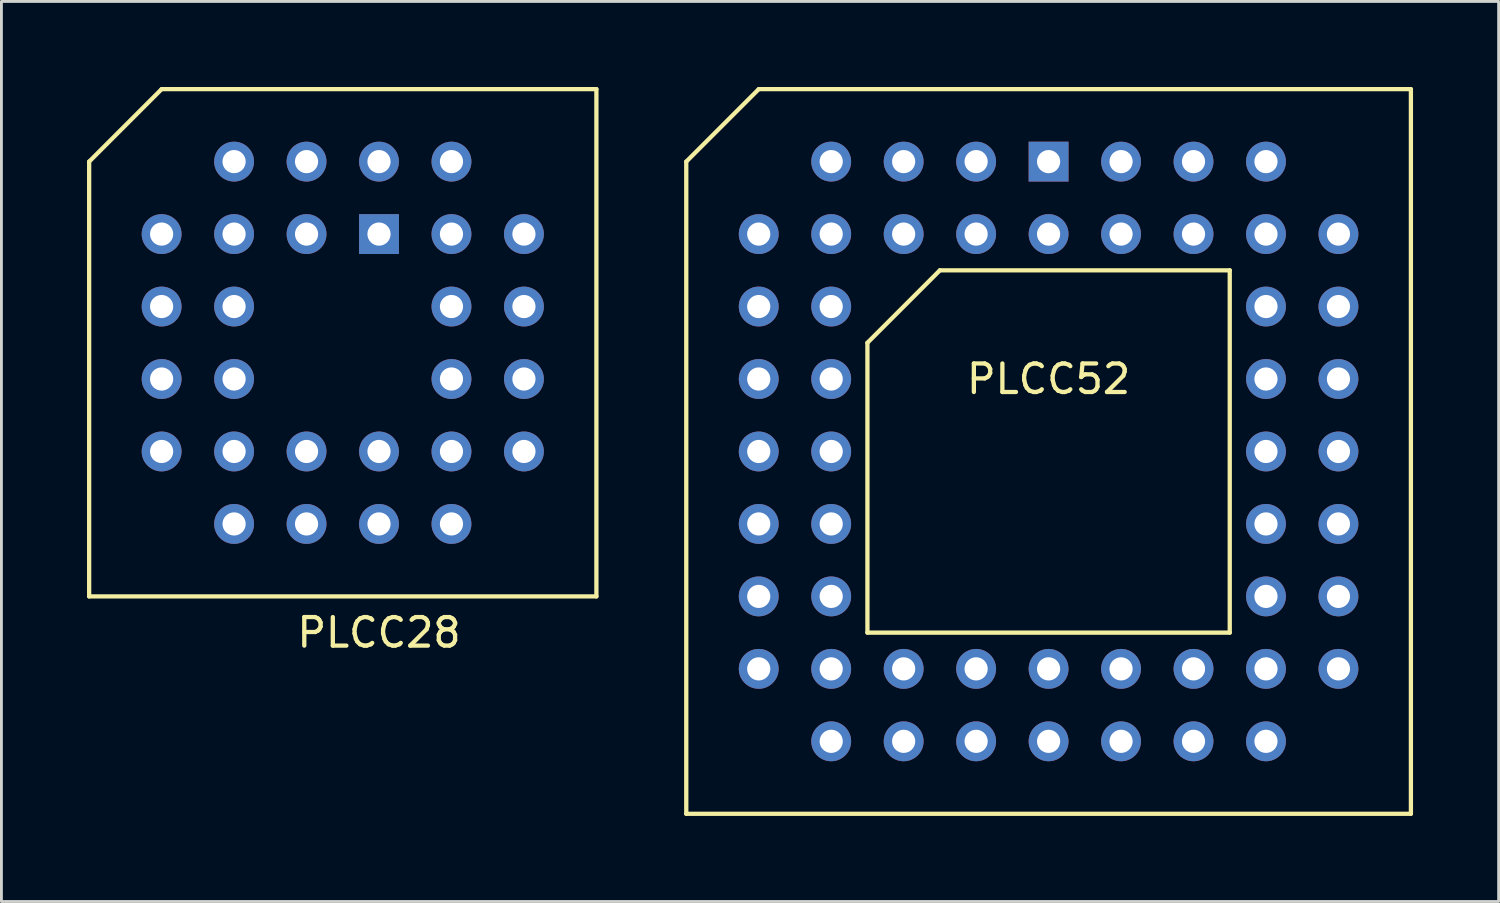
<source format=kicad_pcb>
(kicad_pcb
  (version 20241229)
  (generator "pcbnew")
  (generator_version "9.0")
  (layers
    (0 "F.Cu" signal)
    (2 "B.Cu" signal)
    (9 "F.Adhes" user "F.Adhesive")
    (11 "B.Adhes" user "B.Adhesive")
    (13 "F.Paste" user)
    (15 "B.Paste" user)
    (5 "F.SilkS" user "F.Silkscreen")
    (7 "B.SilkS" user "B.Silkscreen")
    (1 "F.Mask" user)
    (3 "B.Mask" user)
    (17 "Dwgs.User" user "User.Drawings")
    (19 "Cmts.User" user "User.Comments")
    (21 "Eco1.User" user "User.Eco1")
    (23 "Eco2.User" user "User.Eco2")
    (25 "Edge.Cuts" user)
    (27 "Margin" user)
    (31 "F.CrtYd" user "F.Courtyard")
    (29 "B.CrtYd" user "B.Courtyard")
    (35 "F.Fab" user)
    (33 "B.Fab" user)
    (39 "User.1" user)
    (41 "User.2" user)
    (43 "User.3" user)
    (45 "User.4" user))
  (footprint "PLCC52"
    (layer "F.Cu")
    (at 33.705 12.775)
    (property "Reference" "PLCC52" (at 0 -2.54 0) (layer "F.SilkS") (effects (font (size 1 1) (thickness 0.15))))
    (attr through_hole)
    (fp_line (start -12.7 -10.16) (end -10.16 -12.7) (stroke (width 0.15) (type solid)) (layer "F.SilkS"))
    (fp_line (start -12.7 12.7) (end -12.7 -10.16) (stroke (width 0.15) (type solid)) (layer "F.SilkS"))
    (fp_line (start -10.16 -12.7) (end 12.7 -12.7) (stroke (width 0.15) (type solid)) (layer "F.SilkS"))
    (fp_line (start -6.35 -3.81) (end -6.35 6.35) (stroke (width 0.15) (type solid)) (layer "F.SilkS"))
    (fp_line (start -6.35 6.35) (end 6.35 6.35) (stroke (width 0.15) (type solid)) (layer "F.SilkS"))
    (fp_line (start -3.81 -6.35) (end -6.35 -3.81) (stroke (width 0.15) (type solid)) (layer "F.SilkS"))
    (fp_line (start 6.35 -6.35) (end -3.81 -6.35) (stroke (width 0.15) (type solid)) (layer "F.SilkS"))
    (fp_line (start 6.35 6.35) (end 6.35 -6.35) (stroke (width 0.15) (type solid)) (layer "F.SilkS"))
    (fp_line (start 12.7 -12.7) (end 12.7 12.7) (stroke (width 0.15) (type solid)) (layer "F.SilkS"))
    (fp_line (start 12.7 12.7) (end -12.7 12.7) (stroke (width 0.15) (type solid)) (layer "F.SilkS"))
    (pad "1" thru_hole rect (at 0 -10.16) (size 1.397 1.397) (drill 0.813) (layers "*.Cu" "*.Mask"))
    (pad "2" thru_hole circle (at 0 -7.62) (size 1.397 1.397) (drill 0.813) (layers "*.Cu" "*.Mask"))
    (pad "3" thru_hole circle (at -2.54 -10.16) (size 1.397 1.397) (drill 0.813) (layers "*.Cu" "*.Mask"))
    (pad "4" thru_hole circle (at -2.54 -7.62) (size 1.397 1.397) (drill 0.813) (layers "*.Cu" "*.Mask"))
    (pad "5" thru_hole circle (at -5.08 -10.16) (size 1.397 1.397) (drill 0.813) (layers "*.Cu" "*.Mask"))
    (pad "6" thru_hole circle (at -5.08 -7.62) (size 1.397 1.397) (drill 0.813) (layers "*.Cu" "*.Mask"))
    (pad "7" thru_hole circle (at -7.62 -10.16) (size 1.397 1.397) (drill 0.813) (layers "*.Cu" "*.Mask"))
    (pad "8" thru_hole circle (at -10.16 -7.62) (size 1.397 1.397) (drill 0.813) (layers "*.Cu" "*.Mask"))
    (pad "9" thru_hole circle (at -7.62 -7.62) (size 1.397 1.397) (drill 0.813) (layers "*.Cu" "*.Mask"))
    (pad "10" thru_hole circle (at -10.16 -5.08) (size 1.397 1.397) (drill 0.813) (layers "*.Cu" "*.Mask"))
    (pad "11" thru_hole circle (at -7.62 -5.08) (size 1.397 1.397) (drill 0.813) (layers "*.Cu" "*.Mask"))
    (pad "12" thru_hole circle (at -10.16 -2.54) (size 1.397 1.397) (drill 0.813) (layers "*.Cu" "*.Mask"))
    (pad "13" thru_hole circle (at -7.62 -2.54) (size 1.397 1.397) (drill 0.813) (layers "*.Cu" "*.Mask"))
    (pad "14" thru_hole circle (at -10.16 0) (size 1.397 1.397) (drill 0.813) (layers "*.Cu" "*.Mask"))
    (pad "15" thru_hole circle (at -7.62 0) (size 1.397 1.397) (drill 0.813) (layers "*.Cu" "*.Mask"))
    (pad "16" thru_hole circle (at -10.16 2.54) (size 1.397 1.397) (drill 0.813) (layers "*.Cu" "*.Mask"))
    (pad "17" thru_hole circle (at -7.62 2.54) (size 1.397 1.397) (drill 0.813) (layers "*.Cu" "*.Mask"))
    (pad "18" thru_hole circle (at -10.16 5.08) (size 1.397 1.397) (drill 0.813) (layers "*.Cu" "*.Mask"))
    (pad "19" thru_hole circle (at -7.62 5.08) (size 1.397 1.397) (drill 0.813) (layers "*.Cu" "*.Mask"))
    (pad "20" thru_hole circle (at -10.16 7.62) (size 1.397 1.397) (drill 0.813) (layers "*.Cu" "*.Mask"))
    (pad "21" thru_hole circle (at -7.62 10.16) (size 1.397 1.397) (drill 0.813) (layers "*.Cu" "*.Mask"))
    (pad "22" thru_hole circle (at -7.62 7.62) (size 1.397 1.397) (drill 0.813) (layers "*.Cu" "*.Mask"))
    (pad "23" thru_hole circle (at -5.08 10.16) (size 1.397 1.397) (drill 0.813) (layers "*.Cu" "*.Mask"))
    (pad "24" thru_hole circle (at -5.08 7.62) (size 1.397 1.397) (drill 0.813) (layers "*.Cu" "*.Mask"))
    (pad "25" thru_hole circle (at -2.54 10.16) (size 1.397 1.397) (drill 0.813) (layers "*.Cu" "*.Mask"))
    (pad "26" thru_hole circle (at -2.54 7.62) (size 1.397 1.397) (drill 0.813) (layers "*.Cu" "*.Mask"))
    (pad "27" thru_hole circle (at 0 10.16) (size 1.397 1.397) (drill 0.813) (layers "*.Cu" "*.Mask"))
    (pad "28" thru_hole circle (at 0 7.62) (size 1.397 1.397) (drill 0.813) (layers "*.Cu" "*.Mask"))
    (pad "29" thru_hole circle (at 2.54 10.16) (size 1.397 1.397) (drill 0.813) (layers "*.Cu" "*.Mask"))
    (pad "30" thru_hole circle (at 2.54 7.62) (size 1.397 1.397) (drill 0.813) (layers "*.Cu" "*.Mask"))
    (pad "31" thru_hole circle (at 5.08 10.16) (size 1.397 1.397) (drill 0.813) (layers "*.Cu" "*.Mask"))
    (pad "32" thru_hole circle (at 5.08 7.62) (size 1.397 1.397) (drill 0.813) (layers "*.Cu" "*.Mask"))
    (pad "33" thru_hole circle (at 7.62 10.16) (size 1.397 1.397) (drill 0.813) (layers "*.Cu" "*.Mask"))
    (pad "34" thru_hole circle (at 10.16 7.62) (size 1.397 1.397) (drill 0.813) (layers "*.Cu" "*.Mask"))
    (pad "35" thru_hole circle (at 7.62 7.62) (size 1.397 1.397) (drill 0.813) (layers "*.Cu" "*.Mask"))
    (pad "36" thru_hole circle (at 10.16 5.08) (size 1.397 1.397) (drill 0.813) (layers "*.Cu" "*.Mask"))
    (pad "37" thru_hole circle (at 7.62 5.08) (size 1.397 1.397) (drill 0.813) (layers "*.Cu" "*.Mask"))
    (pad "38" thru_hole circle (at 10.16 2.54) (size 1.397 1.397) (drill 0.813) (layers "*.Cu" "*.Mask"))
    (pad "39" thru_hole circle (at 7.62 2.54) (size 1.397 1.397) (drill 0.813) (layers "*.Cu" "*.Mask"))
    (pad "40" thru_hole circle (at 10.16 0) (size 1.397 1.397) (drill 0.813) (layers "*.Cu" "*.Mask"))
    (pad "41" thru_hole circle (at 7.62 0) (size 1.397 1.397) (drill 0.813) (layers "*.Cu" "*.Mask"))
    (pad "42" thru_hole circle (at 10.16 -2.54) (size 1.397 1.397) (drill 0.813) (layers "*.Cu" "*.Mask"))
    (pad "43" thru_hole circle (at 7.62 -2.54) (size 1.397 1.397) (drill 0.813) (layers "*.Cu" "*.Mask"))
    (pad "44" thru_hole circle (at 10.16 -5.08) (size 1.397 1.397) (drill 0.813) (layers "*.Cu" "*.Mask"))
    (pad "45" thru_hole circle (at 7.62 -5.08) (size 1.397 1.397) (drill 0.813) (layers "*.Cu" "*.Mask"))
    (pad "46" thru_hole circle (at 10.16 -7.62) (size 1.397 1.397) (drill 0.813) (layers "*.Cu" "*.Mask"))
    (pad "47" thru_hole circle (at 7.62 -10.16) (size 1.397 1.397) (drill 0.813) (layers "*.Cu" "*.Mask"))
    (pad "48" thru_hole circle (at 7.62 -7.62) (size 1.397 1.397) (drill 0.813) (layers "*.Cu" "*.Mask"))
    (pad "49" thru_hole circle (at 5.08 -10.16) (size 1.397 1.397) (drill 0.813) (layers "*.Cu" "*.Mask"))
    (pad "50" thru_hole circle (at 5.08 -7.62) (size 1.397 1.397) (drill 0.813) (layers "*.Cu" "*.Mask"))
    (pad "51" thru_hole circle (at 2.54 -10.16) (size 1.397 1.397) (drill 0.813) (layers "*.Cu" "*.Mask"))
    (pad "52" thru_hole circle (at 2.54 -7.62) (size 1.397 1.397) (drill 0.813) (layers "*.Cu" "*.Mask")))
  (footprint "PLCC28"
    (layer "F.Cu")
    (at 8.965 8.965)
    (property "Reference" "PLCC28" (at 1.27 10.16 0) (layer "F.SilkS") (effects (font (size 1 1) (thickness 0.15))))
    (attr through_hole)
    (fp_line (start -8.89 -6.35) (end -8.89 8.89) (stroke (width 0.15) (type solid)) (layer "F.SilkS"))
    (fp_line (start -8.89 8.89) (end 8.89 8.89) (stroke (width 0.15) (type solid)) (layer "F.SilkS"))
    (fp_line (start -6.35 -8.89) (end -8.89 -6.35) (stroke (width 0.15) (type solid)) (layer "F.SilkS"))
    (fp_line (start 8.89 -8.89) (end -6.35 -8.89) (stroke (width 0.15) (type solid)) (layer "F.SilkS"))
    (fp_line (start 8.89 8.89) (end 8.89 -8.89) (stroke (width 0.15) (type solid)) (layer "F.SilkS"))
    (pad "1" thru_hole rect (at 1.27 -3.81) (size 1.397 1.397) (drill 0.813) (layers "*.Cu" "*.Mask"))
    (pad "2" thru_hole circle (at -1.27 -6.35) (size 1.397 1.397) (drill 0.813) (layers "*.Cu" "*.Mask"))
    (pad "3" thru_hole circle (at -1.27 -3.81) (size 1.397 1.397) (drill 0.813) (layers "*.Cu" "*.Mask"))
    (pad "4" thru_hole circle (at -3.81 -6.35) (size 1.397 1.397) (drill 0.813) (layers "*.Cu" "*.Mask"))
    (pad "5" thru_hole circle (at -6.35 -3.81) (size 1.397 1.397) (drill 0.813) (layers "*.Cu" "*.Mask"))
    (pad "6" thru_hole circle (at -3.81 -3.81) (size 1.397 1.397) (drill 0.813) (layers "*.Cu" "*.Mask"))
    (pad "7" thru_hole circle (at -6.35 -1.27) (size 1.397 1.397) (drill 0.813) (layers "*.Cu" "*.Mask"))
    (pad "8" thru_hole circle (at -3.81 -1.27) (size 1.397 1.397) (drill 0.813) (layers "*.Cu" "*.Mask"))
    (pad "9" thru_hole circle (at -6.35 1.27) (size 1.397 1.397) (drill 0.813) (layers "*.Cu" "*.Mask"))
    (pad "10" thru_hole circle (at -3.81 1.27) (size 1.397 1.397) (drill 0.813) (layers "*.Cu" "*.Mask"))
    (pad "11" thru_hole circle (at -6.35 3.81) (size 1.397 1.397) (drill 0.813) (layers "*.Cu" "*.Mask"))
    (pad "12" thru_hole circle (at -3.81 6.35) (size 1.397 1.397) (drill 0.813) (layers "*.Cu" "*.Mask"))
    (pad "13" thru_hole circle (at -3.81 3.81) (size 1.397 1.397) (drill 0.813) (layers "*.Cu" "*.Mask"))
    (pad "14" thru_hole circle (at -1.27 6.35) (size 1.397 1.397) (drill 0.813) (layers "*.Cu" "*.Mask"))
    (pad "15" thru_hole circle (at -1.27 3.81) (size 1.397 1.397) (drill 0.813) (layers "*.Cu" "*.Mask"))
    (pad "16" thru_hole circle (at 1.27 6.35) (size 1.397 1.397) (drill 0.813) (layers "*.Cu" "*.Mask"))
    (pad "17" thru_hole circle (at 1.27 3.81) (size 1.397 1.397) (drill 0.813) (layers "*.Cu" "*.Mask"))
    (pad "18" thru_hole circle (at 3.81 6.35) (size 1.397 1.397) (drill 0.813) (layers "*.Cu" "*.Mask"))
    (pad "19" thru_hole circle (at 6.35 3.81) (size 1.397 1.397) (drill 0.813) (layers "*.Cu" "*.Mask"))
    (pad "20" thru_hole circle (at 3.81 3.81) (size 1.397 1.397) (drill 0.813) (layers "*.Cu" "*.Mask"))
    (pad "21" thru_hole circle (at 6.35 1.27) (size 1.397 1.397) (drill 0.813) (layers "*.Cu" "*.Mask"))
    (pad "22" thru_hole circle (at 3.81 1.27) (size 1.397 1.397) (drill 0.813) (layers "*.Cu" "*.Mask"))
    (pad "23" thru_hole circle (at 6.35 -1.27) (size 1.397 1.397) (drill 0.813) (layers "*.Cu" "*.Mask"))
    (pad "24" thru_hole circle (at 3.81 -1.27) (size 1.397 1.397) (drill 0.813) (layers "*.Cu" "*.Mask"))
    (pad "25" thru_hole circle (at 6.35 -3.81) (size 1.397 1.397) (drill 0.813) (layers "*.Cu" "*.Mask"))
    (pad "26" thru_hole circle (at 3.81 -6.35) (size 1.397 1.397) (drill 0.813) (layers "*.Cu" "*.Mask"))
    (pad "27" thru_hole circle (at 3.81 -3.81) (size 1.397 1.397) (drill 0.813) (layers "*.Cu" "*.Mask"))
    (pad "28" thru_hole circle (at 1.27 -6.35) (size 1.397 1.397) (drill 0.813) (layers "*.Cu" "*.Mask")))
  (gr_rect
    (start -3 -3)
    (end 49.48 28.55)
    (stroke (width 0.1) (type default))
    (fill no)
    (layer "Edge.Cuts")))
</source>
